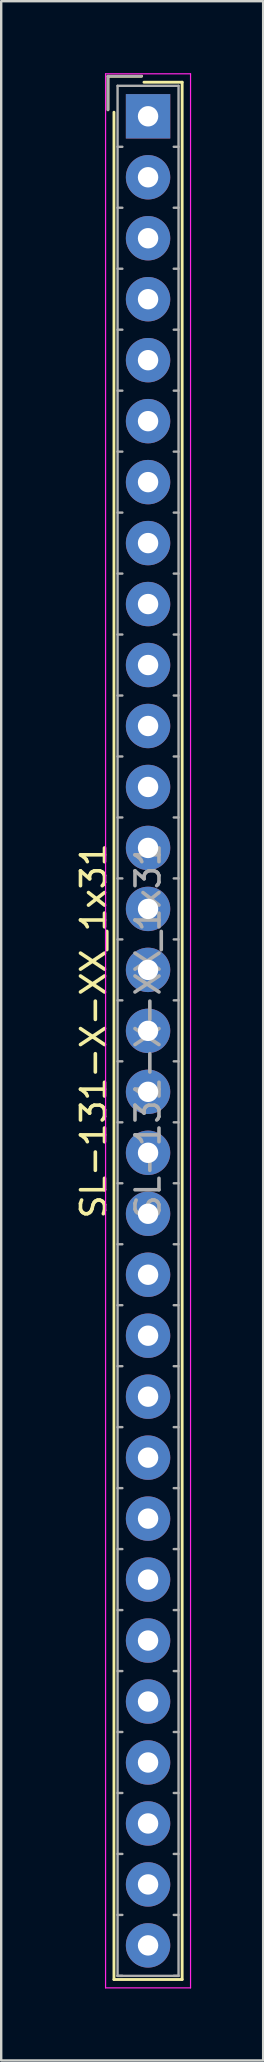
<source format=kicad_pcb>
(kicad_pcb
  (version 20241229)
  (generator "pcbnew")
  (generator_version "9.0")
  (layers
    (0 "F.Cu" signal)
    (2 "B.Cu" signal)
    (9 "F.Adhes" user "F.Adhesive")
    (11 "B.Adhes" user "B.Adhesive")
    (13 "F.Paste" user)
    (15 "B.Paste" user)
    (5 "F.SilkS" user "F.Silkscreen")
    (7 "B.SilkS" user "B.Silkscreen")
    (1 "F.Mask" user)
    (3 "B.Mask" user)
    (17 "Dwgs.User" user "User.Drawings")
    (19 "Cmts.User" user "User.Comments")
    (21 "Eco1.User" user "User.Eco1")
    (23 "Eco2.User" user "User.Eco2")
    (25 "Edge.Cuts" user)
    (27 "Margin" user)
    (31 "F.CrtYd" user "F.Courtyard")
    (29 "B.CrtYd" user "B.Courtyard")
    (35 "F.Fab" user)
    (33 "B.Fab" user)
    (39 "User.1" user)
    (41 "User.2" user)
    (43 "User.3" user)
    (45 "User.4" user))
  (footprint "SL-131-X-XX_1x31"
    (layer "F.Cu")
    (at 3.118 1.795)
    (property "Reference" "SL-131-X-XX_1x31" (at -2.27 38.1 90) (layer "F.SilkS") (effects (font (size 1 1) (thickness 0.15))))
    (attr through_hole)
    (fp_line (start -1.67 -1.67) (end -1.67 -0.27) (stroke (width 0.12) (type solid)) (layer "F.SilkS"))
    (fp_line (start -1.42 77.62) (end -1.42 -0.17) (stroke (width 0.12) (type solid)) (layer "F.SilkS"))
    (fp_line (start -0.27 -1.67) (end -1.67 -1.67) (stroke (width 0.12) (type solid)) (layer "F.SilkS"))
    (fp_line (start -0.17 -1.42) (end 1.42 -1.42) (stroke (width 0.12) (type solid)) (layer "F.SilkS"))
    (fp_line (start 1.42 -1.42) (end 1.42 77.62) (stroke (width 0.12) (type solid)) (layer "F.SilkS"))
    (fp_line (start 1.42 77.62) (end -1.42 77.62) (stroke (width 0.12) (type solid)) (layer "F.SilkS"))
    (fp_line (start -1.77 -1.77) (end -1.77 77.97) (stroke (width 0.05) (type solid)) (layer "F.CrtYd"))
    (fp_line (start -1.77 77.97) (end 1.77 77.97) (stroke (width 0.05) (type solid)) (layer "F.CrtYd"))
    (fp_line (start 1.77 -1.77) (end -1.77 -1.77) (stroke (width 0.05) (type solid)) (layer "F.CrtYd"))
    (fp_line (start 1.77 77.97) (end 1.77 -1.77) (stroke (width 0.05) (type solid)) (layer "F.CrtYd"))
    (fp_line (start -1.67 -1.67) (end -1.67 -0.27) (stroke (width 0.1) (type solid)) (layer "F.Fab"))
    (fp_line (start -1.27 -1.27) (end -1.27 77.47) (stroke (width 0.1) (type solid)) (layer "F.Fab"))
    (fp_line (start -1.27 1.27) (end -1.07 1.27) (stroke (width 0.1) (type solid)) (layer "F.Fab"))
    (fp_line (start -1.27 3.81) (end -1.07 3.81) (stroke (width 0.1) (type solid)) (layer "F.Fab"))
    (fp_line (start -1.27 6.35) (end -1.07 6.35) (stroke (width 0.1) (type solid)) (layer "F.Fab"))
    (fp_line (start -1.27 8.89) (end -1.07 8.89) (stroke (width 0.1) (type solid)) (layer "F.Fab"))
    (fp_line (start -1.27 11.43) (end -1.07 11.43) (stroke (width 0.1) (type solid)) (layer "F.Fab"))
    (fp_line (start -1.27 13.97) (end -1.07 13.97) (stroke (width 0.1) (type solid)) (layer "F.Fab"))
    (fp_line (start -1.27 16.51) (end -1.07 16.51) (stroke (width 0.1) (type solid)) (layer "F.Fab"))
    (fp_line (start -1.27 19.05) (end -1.07 19.05) (stroke (width 0.1) (type solid)) (layer "F.Fab"))
    (fp_line (start -1.27 21.59) (end -1.07 21.59) (stroke (width 0.1) (type solid)) (layer "F.Fab"))
    (fp_line (start -1.27 24.13) (end -1.07 24.13) (stroke (width 0.1) (type solid)) (layer "F.Fab"))
    (fp_line (start -1.27 26.67) (end -1.07 26.67) (stroke (width 0.1) (type solid)) (layer "F.Fab"))
    (fp_line (start -1.27 29.21) (end -1.07 29.21) (stroke (width 0.1) (type solid)) (layer "F.Fab"))
    (fp_line (start -1.27 31.75) (end -1.07 31.75) (stroke (width 0.1) (type solid)) (layer "F.Fab"))
    (fp_line (start -1.27 34.29) (end -1.07 34.29) (stroke (width 0.1) (type solid)) (layer "F.Fab"))
    (fp_line (start -1.27 36.83) (end -1.07 36.83) (stroke (width 0.1) (type solid)) (layer "F.Fab"))
    (fp_line (start -1.27 39.37) (end -1.07 39.37) (stroke (width 0.1) (type solid)) (layer "F.Fab"))
    (fp_line (start -1.27 41.91) (end -1.07 41.91) (stroke (width 0.1) (type solid)) (layer "F.Fab"))
    (fp_line (start -1.27 44.45) (end -1.07 44.45) (stroke (width 0.1) (type solid)) (layer "F.Fab"))
    (fp_line (start -1.27 46.99) (end -1.07 46.99) (stroke (width 0.1) (type solid)) (layer "F.Fab"))
    (fp_line (start -1.27 49.53) (end -1.07 49.53) (stroke (width 0.1) (type solid)) (layer "F.Fab"))
    (fp_line (start -1.27 52.07) (end -1.07 52.07) (stroke (width 0.1) (type solid)) (layer "F.Fab"))
    (fp_line (start -1.27 54.61) (end -1.07 54.61) (stroke (width 0.1) (type solid)) (layer "F.Fab"))
    (fp_line (start -1.27 57.15) (end -1.07 57.15) (stroke (width 0.1) (type solid)) (layer "F.Fab"))
    (fp_line (start -1.27 59.69) (end -1.07 59.69) (stroke (width 0.1) (type solid)) (layer "F.Fab"))
    (fp_line (start -1.27 62.23) (end -1.07 62.23) (stroke (width 0.1) (type solid)) (layer "F.Fab"))
    (fp_line (start -1.27 64.77) (end -1.07 64.77) (stroke (width 0.1) (type solid)) (layer "F.Fab"))
    (fp_line (start -1.27 67.31) (end -1.07 67.31) (stroke (width 0.1) (type solid)) (layer "F.Fab"))
    (fp_line (start -1.27 69.85) (end -1.07 69.85) (stroke (width 0.1) (type solid)) (layer "F.Fab"))
    (fp_line (start -1.27 72.39) (end -1.07 72.39) (stroke (width 0.1) (type solid)) (layer "F.Fab"))
    (fp_line (start -1.27 74.93) (end -1.07 74.93) (stroke (width 0.1) (type solid)) (layer "F.Fab"))
    (fp_line (start -1.27 77.47) (end -1.07 77.47) (stroke (width 0.1) (type solid)) (layer "F.Fab"))
    (fp_line (start -1.27 77.47) (end 1.27 77.47) (stroke (width 0.1) (type solid)) (layer "F.Fab"))
    (fp_line (start -0.27 -1.67) (end -1.67 -1.67) (stroke (width 0.1) (type solid)) (layer "F.Fab"))
    (fp_line (start 1.27 -1.27) (end -1.27 -1.27) (stroke (width 0.1) (type solid)) (layer "F.Fab"))
    (fp_line (start 1.27 1.27) (end 1.07 1.27) (stroke (width 0.1) (type solid)) (layer "F.Fab"))
    (fp_line (start 1.27 3.81) (end 1.07 3.81) (stroke (width 0.1) (type solid)) (layer "F.Fab"))
    (fp_line (start 1.27 6.35) (end 1.07 6.35) (stroke (width 0.1) (type solid)) (layer "F.Fab"))
    (fp_line (start 1.27 8.89) (end 1.07 8.89) (stroke (width 0.1) (type solid)) (layer "F.Fab"))
    (fp_line (start 1.27 11.43) (end 1.07 11.43) (stroke (width 0.1) (type solid)) (layer "F.Fab"))
    (fp_line (start 1.27 13.97) (end 1.07 13.97) (stroke (width 0.1) (type solid)) (layer "F.Fab"))
    (fp_line (start 1.27 16.51) (end 1.07 16.51) (stroke (width 0.1) (type solid)) (layer "F.Fab"))
    (fp_line (start 1.27 19.05) (end 1.07 19.05) (stroke (width 0.1) (type solid)) (layer "F.Fab"))
    (fp_line (start 1.27 21.59) (end 1.07 21.59) (stroke (width 0.1) (type solid)) (layer "F.Fab"))
    (fp_line (start 1.27 24.13) (end 1.07 24.13) (stroke (width 0.1) (type solid)) (layer "F.Fab"))
    (fp_line (start 1.27 26.67) (end 1.07 26.67) (stroke (width 0.1) (type solid)) (layer "F.Fab"))
    (fp_line (start 1.27 29.21) (end 1.07 29.21) (stroke (width 0.1) (type solid)) (layer "F.Fab"))
    (fp_line (start 1.27 31.75) (end 1.07 31.75) (stroke (width 0.1) (type solid)) (layer "F.Fab"))
    (fp_line (start 1.27 34.29) (end 1.07 34.29) (stroke (width 0.1) (type solid)) (layer "F.Fab"))
    (fp_line (start 1.27 36.83) (end 1.07 36.83) (stroke (width 0.1) (type solid)) (layer "F.Fab"))
    (fp_line (start 1.27 39.37) (end 1.07 39.37) (stroke (width 0.1) (type solid)) (layer "F.Fab"))
    (fp_line (start 1.27 41.91) (end 1.07 41.91) (stroke (width 0.1) (type solid)) (layer "F.Fab"))
    (fp_line (start 1.27 44.45) (end 1.07 44.45) (stroke (width 0.1) (type solid)) (layer "F.Fab"))
    (fp_line (start 1.27 46.99) (end 1.07 46.99) (stroke (width 0.1) (type solid)) (layer "F.Fab"))
    (fp_line (start 1.27 49.53) (end 1.07 49.53) (stroke (width 0.1) (type solid)) (layer "F.Fab"))
    (fp_line (start 1.27 52.07) (end 1.07 52.07) (stroke (width 0.1) (type solid)) (layer "F.Fab"))
    (fp_line (start 1.27 54.61) (end 1.07 54.61) (stroke (width 0.1) (type solid)) (layer "F.Fab"))
    (fp_line (start 1.27 57.15) (end 1.07 57.15) (stroke (width 0.1) (type solid)) (layer "F.Fab"))
    (fp_line (start 1.27 59.69) (end 1.07 59.69) (stroke (width 0.1) (type solid)) (layer "F.Fab"))
    (fp_line (start 1.27 62.23) (end 1.07 62.23) (stroke (width 0.1) (type solid)) (layer "F.Fab"))
    (fp_line (start 1.27 64.77) (end 1.07 64.77) (stroke (width 0.1) (type solid)) (layer "F.Fab"))
    (fp_line (start 1.27 67.31) (end 1.07 67.31) (stroke (width 0.1) (type solid)) (layer "F.Fab"))
    (fp_line (start 1.27 69.85) (end 1.07 69.85) (stroke (width 0.1) (type solid)) (layer "F.Fab"))
    (fp_line (start 1.27 72.39) (end 1.07 72.39) (stroke (width 0.1) (type solid)) (layer "F.Fab"))
    (fp_line (start 1.27 74.93) (end 1.07 74.93) (stroke (width 0.1) (type solid)) (layer "F.Fab"))
    (fp_line (start 1.27 77.47) (end 1.07 77.47) (stroke (width 0.1) (type solid)) (layer "F.Fab"))
    (fp_line (start 1.27 77.47) (end 1.27 -1.27) (stroke (width 0.1) (type solid)) (layer "F.Fab"))
    (fp_text user "${REFERENCE}" (at 0 38.1 90) (layer "F.Fab") (effects (font (size 1 1) (thickness 0.15))))
    (pad "1" thru_hole rect (at 0 0) (size 1.85 1.85) (drill 0.85) (layers "*.Cu" "*.Mask"))
    (pad "2" thru_hole circle (at 0 2.54) (size 1.85 1.85) (drill 0.85) (layers "*.Cu" "*.Mask"))
    (pad "3" thru_hole circle (at 0 5.08) (size 1.85 1.85) (drill 0.85) (layers "*.Cu" "*.Mask"))
    (pad "4" thru_hole circle (at 0 7.62) (size 1.85 1.85) (drill 0.85) (layers "*.Cu" "*.Mask"))
    (pad "5" thru_hole circle (at 0 10.16) (size 1.85 1.85) (drill 0.85) (layers "*.Cu" "*.Mask"))
    (pad "6" thru_hole circle (at 0 12.7) (size 1.85 1.85) (drill 0.85) (layers "*.Cu" "*.Mask"))
    (pad "7" thru_hole circle (at 0 15.24) (size 1.85 1.85) (drill 0.85) (layers "*.Cu" "*.Mask"))
    (pad "8" thru_hole circle (at 0 17.78) (size 1.85 1.85) (drill 0.85) (layers "*.Cu" "*.Mask"))
    (pad "9" thru_hole circle (at 0 20.32) (size 1.85 1.85) (drill 0.85) (layers "*.Cu" "*.Mask"))
    (pad "10" thru_hole circle (at 0 22.86) (size 1.85 1.85) (drill 0.85) (layers "*.Cu" "*.Mask"))
    (pad "11" thru_hole circle (at 0 25.4) (size 1.85 1.85) (drill 0.85) (layers "*.Cu" "*.Mask"))
    (pad "12" thru_hole circle (at 0 27.94) (size 1.85 1.85) (drill 0.85) (layers "*.Cu" "*.Mask"))
    (pad "13" thru_hole circle (at 0 30.48) (size 1.85 1.85) (drill 0.85) (layers "*.Cu" "*.Mask"))
    (pad "14" thru_hole circle (at 0 33.02) (size 1.85 1.85) (drill 0.85) (layers "*.Cu" "*.Mask"))
    (pad "15" thru_hole circle (at 0 35.56) (size 1.85 1.85) (drill 0.85) (layers "*.Cu" "*.Mask"))
    (pad "16" thru_hole circle (at 0 38.1) (size 1.85 1.85) (drill 0.85) (layers "*.Cu" "*.Mask"))
    (pad "17" thru_hole circle (at 0 40.64) (size 1.85 1.85) (drill 0.85) (layers "*.Cu" "*.Mask"))
    (pad "18" thru_hole circle (at 0 43.18) (size 1.85 1.85) (drill 0.85) (layers "*.Cu" "*.Mask"))
    (pad "19" thru_hole circle (at 0 45.72) (size 1.85 1.85) (drill 0.85) (layers "*.Cu" "*.Mask"))
    (pad "20" thru_hole circle (at 0 48.26) (size 1.85 1.85) (drill 0.85) (layers "*.Cu" "*.Mask"))
    (pad "21" thru_hole circle (at 0 50.8) (size 1.85 1.85) (drill 0.85) (layers "*.Cu" "*.Mask"))
    (pad "22" thru_hole circle (at 0 53.34) (size 1.85 1.85) (drill 0.85) (layers "*.Cu" "*.Mask"))
    (pad "23" thru_hole circle (at 0 55.88) (size 1.85 1.85) (drill 0.85) (layers "*.Cu" "*.Mask"))
    (pad "24" thru_hole circle (at 0 58.42) (size 1.85 1.85) (drill 0.85) (layers "*.Cu" "*.Mask"))
    (pad "25" thru_hole circle (at 0 60.96) (size 1.85 1.85) (drill 0.85) (layers "*.Cu" "*.Mask"))
    (pad "26" thru_hole circle (at 0 63.5) (size 1.85 1.85) (drill 0.85) (layers "*.Cu" "*.Mask"))
    (pad "27" thru_hole circle (at 0 66.04) (size 1.85 1.85) (drill 0.85) (layers "*.Cu" "*.Mask"))
    (pad "28" thru_hole circle (at 0 68.58) (size 1.85 1.85) (drill 0.85) (layers "*.Cu" "*.Mask"))
    (pad "29" thru_hole circle (at 0 71.12) (size 1.85 1.85) (drill 0.85) (layers "*.Cu" "*.Mask"))
    (pad "30" thru_hole circle (at 0 73.66) (size 1.85 1.85) (drill 0.85) (layers "*.Cu" "*.Mask"))
    (pad "31" thru_hole circle (at 0 76.2) (size 1.85 1.85) (drill 0.85) (layers "*.Cu" "*.Mask")))
  (gr_rect
    (start -3 -3)
    (end 7.913 82.79)
    (stroke (width 0.1) (type default))
    (fill no)
    (layer "Edge.Cuts")))
</source>
